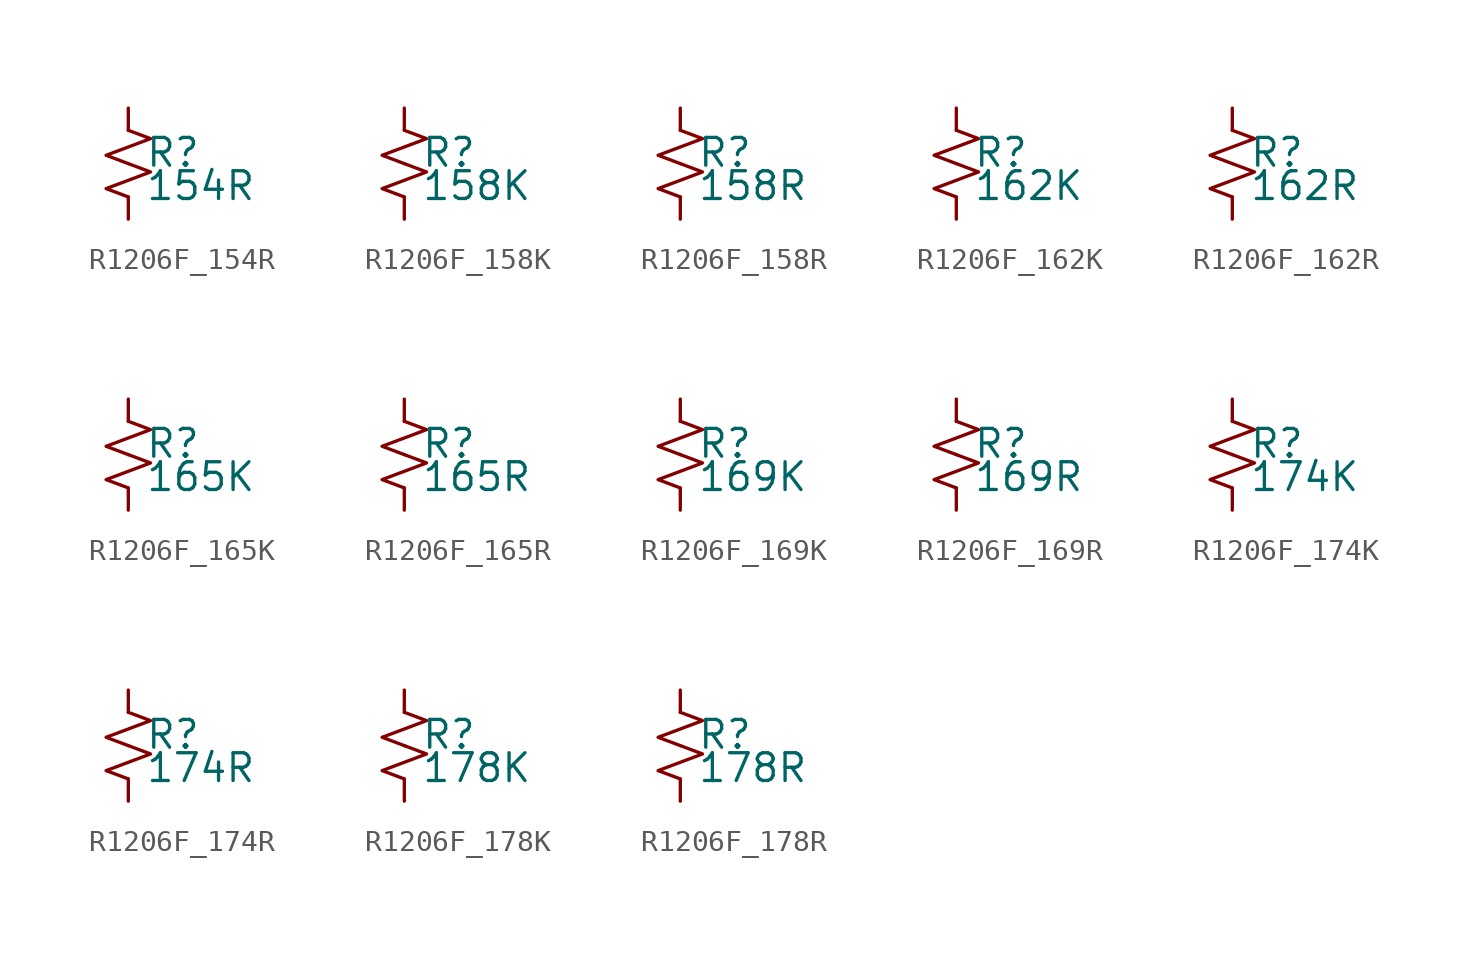
<source format=kicad_sym>
(kicad_symbol_lib
  (version 20220914)
  (generator kicad_symbol_editor)
  (symbol "R1206F_154R"
    (pin_numbers hide)
    (pin_names
      (offset 0.254) hide)
    (property "Reference" "R"
      (at 0.762 0.508 0)
      (effects (font (size 1.27 1.27)) (justify left)))
    (property "Value" "154R"
      (at 0.762 -1.016 0)
      (effects (font (size 1.27 1.27)) (justify left)))
    (symbol "R1206F_154R_1_1"
      (polyline (pts (xy 0 0) (xy 1.016 -0.381) (xy 0 -0.762) (xy -1.016 -1.143) (xy 0 -1.524)) (stroke (width 0) (type default)) (fill (type none)))
      (polyline (pts (xy 0 1.524) (xy 1.016 1.143) (xy 0 0.762) (xy -1.016 0.381) (xy 0 0)) (stroke (width 0) (type default)) (fill (type none)))
      (pin passive line (at 0 2.54 270) (length 1.016) (name "~" (effects (font (size 1.27 1.27)))) (number "1" (effects (font (size 1.27 1.27)))))
      (pin passive line (at 0 -2.54 90) (length 1.016) (name "~" (effects (font (size 1.27 1.27)))) (number "2" (effects (font (size 1.27 1.27)))))))
  (symbol "R1206F_158K"
    (pin_numbers hide)
    (pin_names
      (offset 0.254) hide)
    (property "Reference" "R"
      (at 0.762 0.508 0)
      (effects (font (size 1.27 1.27)) (justify left)))
    (property "Value" "158K"
      (at 0.762 -1.016 0)
      (effects (font (size 1.27 1.27)) (justify left)))
    (symbol "R1206F_158K_1_1"
      (polyline (pts (xy 0 0) (xy 1.016 -0.381) (xy 0 -0.762) (xy -1.016 -1.143) (xy 0 -1.524)) (stroke (width 0) (type default)) (fill (type none)))
      (polyline (pts (xy 0 1.524) (xy 1.016 1.143) (xy 0 0.762) (xy -1.016 0.381) (xy 0 0)) (stroke (width 0) (type default)) (fill (type none)))
      (pin passive line (at 0 2.54 270) (length 1.016) (name "~" (effects (font (size 1.27 1.27)))) (number "1" (effects (font (size 1.27 1.27)))))
      (pin passive line (at 0 -2.54 90) (length 1.016) (name "~" (effects (font (size 1.27 1.27)))) (number "2" (effects (font (size 1.27 1.27)))))))
  (symbol "R1206F_158R"
    (pin_numbers hide)
    (pin_names
      (offset 0.254) hide)
    (property "Reference" "R"
      (at 0.762 0.508 0)
      (effects (font (size 1.27 1.27)) (justify left)))
    (property "Value" "158R"
      (at 0.762 -1.016 0)
      (effects (font (size 1.27 1.27)) (justify left)))
    (symbol "R1206F_158R_1_1"
      (polyline (pts (xy 0 0) (xy 1.016 -0.381) (xy 0 -0.762) (xy -1.016 -1.143) (xy 0 -1.524)) (stroke (width 0) (type default)) (fill (type none)))
      (polyline (pts (xy 0 1.524) (xy 1.016 1.143) (xy 0 0.762) (xy -1.016 0.381) (xy 0 0)) (stroke (width 0) (type default)) (fill (type none)))
      (pin passive line (at 0 2.54 270) (length 1.016) (name "~" (effects (font (size 1.27 1.27)))) (number "1" (effects (font (size 1.27 1.27)))))
      (pin passive line (at 0 -2.54 90) (length 1.016) (name "~" (effects (font (size 1.27 1.27)))) (number "2" (effects (font (size 1.27 1.27)))))))
  (symbol "R1206F_162K"
    (pin_numbers hide)
    (pin_names
      (offset 0.254) hide)
    (property "Reference" "R"
      (at 0.762 0.508 0)
      (effects (font (size 1.27 1.27)) (justify left)))
    (property "Value" "162K"
      (at 0.762 -1.016 0)
      (effects (font (size 1.27 1.27)) (justify left)))
    (symbol "R1206F_162K_1_1"
      (polyline (pts (xy 0 0) (xy 1.016 -0.381) (xy 0 -0.762) (xy -1.016 -1.143) (xy 0 -1.524)) (stroke (width 0) (type default)) (fill (type none)))
      (polyline (pts (xy 0 1.524) (xy 1.016 1.143) (xy 0 0.762) (xy -1.016 0.381) (xy 0 0)) (stroke (width 0) (type default)) (fill (type none)))
      (pin passive line (at 0 2.54 270) (length 1.016) (name "~" (effects (font (size 1.27 1.27)))) (number "1" (effects (font (size 1.27 1.27)))))
      (pin passive line (at 0 -2.54 90) (length 1.016) (name "~" (effects (font (size 1.27 1.27)))) (number "2" (effects (font (size 1.27 1.27)))))))
  (symbol "R1206F_162R"
    (pin_numbers hide)
    (pin_names
      (offset 0.254) hide)
    (property "Reference" "R"
      (at 0.762 0.508 0)
      (effects (font (size 1.27 1.27)) (justify left)))
    (property "Value" "162R"
      (at 0.762 -1.016 0)
      (effects (font (size 1.27 1.27)) (justify left)))
    (symbol "R1206F_162R_1_1"
      (polyline (pts (xy 0 0) (xy 1.016 -0.381) (xy 0 -0.762) (xy -1.016 -1.143) (xy 0 -1.524)) (stroke (width 0) (type default)) (fill (type none)))
      (polyline (pts (xy 0 1.524) (xy 1.016 1.143) (xy 0 0.762) (xy -1.016 0.381) (xy 0 0)) (stroke (width 0) (type default)) (fill (type none)))
      (pin passive line (at 0 2.54 270) (length 1.016) (name "~" (effects (font (size 1.27 1.27)))) (number "1" (effects (font (size 1.27 1.27)))))
      (pin passive line (at 0 -2.54 90) (length 1.016) (name "~" (effects (font (size 1.27 1.27)))) (number "2" (effects (font (size 1.27 1.27)))))))
  (symbol "R1206F_165K"
    (pin_numbers hide)
    (pin_names
      (offset 0.254) hide)
    (property "Reference" "R"
      (at 0.762 0.508 0)
      (effects (font (size 1.27 1.27)) (justify left)))
    (property "Value" "165K"
      (at 0.762 -1.016 0)
      (effects (font (size 1.27 1.27)) (justify left)))
    (symbol "R1206F_165K_1_1"
      (polyline (pts (xy 0 0) (xy 1.016 -0.381) (xy 0 -0.762) (xy -1.016 -1.143) (xy 0 -1.524)) (stroke (width 0) (type default)) (fill (type none)))
      (polyline (pts (xy 0 1.524) (xy 1.016 1.143) (xy 0 0.762) (xy -1.016 0.381) (xy 0 0)) (stroke (width 0) (type default)) (fill (type none)))
      (pin passive line (at 0 2.54 270) (length 1.016) (name "~" (effects (font (size 1.27 1.27)))) (number "1" (effects (font (size 1.27 1.27)))))
      (pin passive line (at 0 -2.54 90) (length 1.016) (name "~" (effects (font (size 1.27 1.27)))) (number "2" (effects (font (size 1.27 1.27)))))))
  (symbol "R1206F_165R"
    (pin_numbers hide)
    (pin_names
      (offset 0.254) hide)
    (property "Reference" "R"
      (at 0.762 0.508 0)
      (effects (font (size 1.27 1.27)) (justify left)))
    (property "Value" "165R"
      (at 0.762 -1.016 0)
      (effects (font (size 1.27 1.27)) (justify left)))
    (symbol "R1206F_165R_1_1"
      (polyline (pts (xy 0 0) (xy 1.016 -0.381) (xy 0 -0.762) (xy -1.016 -1.143) (xy 0 -1.524)) (stroke (width 0) (type default)) (fill (type none)))
      (polyline (pts (xy 0 1.524) (xy 1.016 1.143) (xy 0 0.762) (xy -1.016 0.381) (xy 0 0)) (stroke (width 0) (type default)) (fill (type none)))
      (pin passive line (at 0 2.54 270) (length 1.016) (name "~" (effects (font (size 1.27 1.27)))) (number "1" (effects (font (size 1.27 1.27)))))
      (pin passive line (at 0 -2.54 90) (length 1.016) (name "~" (effects (font (size 1.27 1.27)))) (number "2" (effects (font (size 1.27 1.27)))))))
  (symbol "R1206F_169K"
    (pin_numbers hide)
    (pin_names
      (offset 0.254) hide)
    (property "Reference" "R"
      (at 0.762 0.508 0)
      (effects (font (size 1.27 1.27)) (justify left)))
    (property "Value" "169K"
      (at 0.762 -1.016 0)
      (effects (font (size 1.27 1.27)) (justify left)))
    (symbol "R1206F_169K_1_1"
      (polyline (pts (xy 0 0) (xy 1.016 -0.381) (xy 0 -0.762) (xy -1.016 -1.143) (xy 0 -1.524)) (stroke (width 0) (type default)) (fill (type none)))
      (polyline (pts (xy 0 1.524) (xy 1.016 1.143) (xy 0 0.762) (xy -1.016 0.381) (xy 0 0)) (stroke (width 0) (type default)) (fill (type none)))
      (pin passive line (at 0 2.54 270) (length 1.016) (name "~" (effects (font (size 1.27 1.27)))) (number "1" (effects (font (size 1.27 1.27)))))
      (pin passive line (at 0 -2.54 90) (length 1.016) (name "~" (effects (font (size 1.27 1.27)))) (number "2" (effects (font (size 1.27 1.27)))))))
  (symbol "R1206F_169R"
    (pin_numbers hide)
    (pin_names
      (offset 0.254) hide)
    (property "Reference" "R"
      (at 0.762 0.508 0)
      (effects (font (size 1.27 1.27)) (justify left)))
    (property "Value" "169R"
      (at 0.762 -1.016 0)
      (effects (font (size 1.27 1.27)) (justify left)))
    (symbol "R1206F_169R_1_1"
      (polyline (pts (xy 0 0) (xy 1.016 -0.381) (xy 0 -0.762) (xy -1.016 -1.143) (xy 0 -1.524)) (stroke (width 0) (type default)) (fill (type none)))
      (polyline (pts (xy 0 1.524) (xy 1.016 1.143) (xy 0 0.762) (xy -1.016 0.381) (xy 0 0)) (stroke (width 0) (type default)) (fill (type none)))
      (pin passive line (at 0 2.54 270) (length 1.016) (name "~" (effects (font (size 1.27 1.27)))) (number "1" (effects (font (size 1.27 1.27)))))
      (pin passive line (at 0 -2.54 90) (length 1.016) (name "~" (effects (font (size 1.27 1.27)))) (number "2" (effects (font (size 1.27 1.27)))))))
  (symbol "R1206F_174K"
    (pin_numbers hide)
    (pin_names
      (offset 0.254) hide)
    (property "Reference" "R"
      (at 0.762 0.508 0)
      (effects (font (size 1.27 1.27)) (justify left)))
    (property "Value" "174K"
      (at 0.762 -1.016 0)
      (effects (font (size 1.27 1.27)) (justify left)))
    (symbol "R1206F_174K_1_1"
      (polyline (pts (xy 0 0) (xy 1.016 -0.381) (xy 0 -0.762) (xy -1.016 -1.143) (xy 0 -1.524)) (stroke (width 0) (type default)) (fill (type none)))
      (polyline (pts (xy 0 1.524) (xy 1.016 1.143) (xy 0 0.762) (xy -1.016 0.381) (xy 0 0)) (stroke (width 0) (type default)) (fill (type none)))
      (pin passive line (at 0 2.54 270) (length 1.016) (name "~" (effects (font (size 1.27 1.27)))) (number "1" (effects (font (size 1.27 1.27)))))
      (pin passive line (at 0 -2.54 90) (length 1.016) (name "~" (effects (font (size 1.27 1.27)))) (number "2" (effects (font (size 1.27 1.27)))))))
  (symbol "R1206F_174R"
    (pin_numbers hide)
    (pin_names
      (offset 0.254) hide)
    (property "Reference" "R"
      (at 0.762 0.508 0)
      (effects (font (size 1.27 1.27)) (justify left)))
    (property "Value" "174R"
      (at 0.762 -1.016 0)
      (effects (font (size 1.27 1.27)) (justify left)))
    (symbol "R1206F_174R_1_1"
      (polyline (pts (xy 0 0) (xy 1.016 -0.381) (xy 0 -0.762) (xy -1.016 -1.143) (xy 0 -1.524)) (stroke (width 0) (type default)) (fill (type none)))
      (polyline (pts (xy 0 1.524) (xy 1.016 1.143) (xy 0 0.762) (xy -1.016 0.381) (xy 0 0)) (stroke (width 0) (type default)) (fill (type none)))
      (pin passive line (at 0 2.54 270) (length 1.016) (name "~" (effects (font (size 1.27 1.27)))) (number "1" (effects (font (size 1.27 1.27)))))
      (pin passive line (at 0 -2.54 90) (length 1.016) (name "~" (effects (font (size 1.27 1.27)))) (number "2" (effects (font (size 1.27 1.27)))))))
  (symbol "R1206F_178K"
    (pin_numbers hide)
    (pin_names
      (offset 0.254) hide)
    (property "Reference" "R"
      (at 0.762 0.508 0)
      (effects (font (size 1.27 1.27)) (justify left)))
    (property "Value" "178K"
      (at 0.762 -1.016 0)
      (effects (font (size 1.27 1.27)) (justify left)))
    (symbol "R1206F_178K_1_1"
      (polyline (pts (xy 0 0) (xy 1.016 -0.381) (xy 0 -0.762) (xy -1.016 -1.143) (xy 0 -1.524)) (stroke (width 0) (type default)) (fill (type none)))
      (polyline (pts (xy 0 1.524) (xy 1.016 1.143) (xy 0 0.762) (xy -1.016 0.381) (xy 0 0)) (stroke (width 0) (type default)) (fill (type none)))
      (pin passive line (at 0 2.54 270) (length 1.016) (name "~" (effects (font (size 1.27 1.27)))) (number "1" (effects (font (size 1.27 1.27)))))
      (pin passive line (at 0 -2.54 90) (length 1.016) (name "~" (effects (font (size 1.27 1.27)))) (number "2" (effects (font (size 1.27 1.27)))))))
  (symbol "R1206F_178R"
    (pin_numbers hide)
    (pin_names
      (offset 0.254) hide)
    (property "Reference" "R"
      (at 0.762 0.508 0)
      (effects (font (size 1.27 1.27)) (justify left)))
    (property "Value" "178R"
      (at 0.762 -1.016 0)
      (effects (font (size 1.27 1.27)) (justify left)))
    (symbol "R1206F_178R_1_1"
      (polyline (pts (xy 0 0) (xy 1.016 -0.381) (xy 0 -0.762) (xy -1.016 -1.143) (xy 0 -1.524)) (stroke (width 0) (type default)) (fill (type none)))
      (polyline (pts (xy 0 1.524) (xy 1.016 1.143) (xy 0 0.762) (xy -1.016 0.381) (xy 0 0)) (stroke (width 0) (type default)) (fill (type none)))
      (pin passive line (at 0 2.54 270) (length 1.016) (name "~" (effects (font (size 1.27 1.27)))) (number "1" (effects (font (size 1.27 1.27)))))
      (pin passive line (at 0 -2.54 90) (length 1.016) (name "~" (effects (font (size 1.27 1.27)))) (number "2" (effects (font (size 1.27 1.27))))))))
</source>
